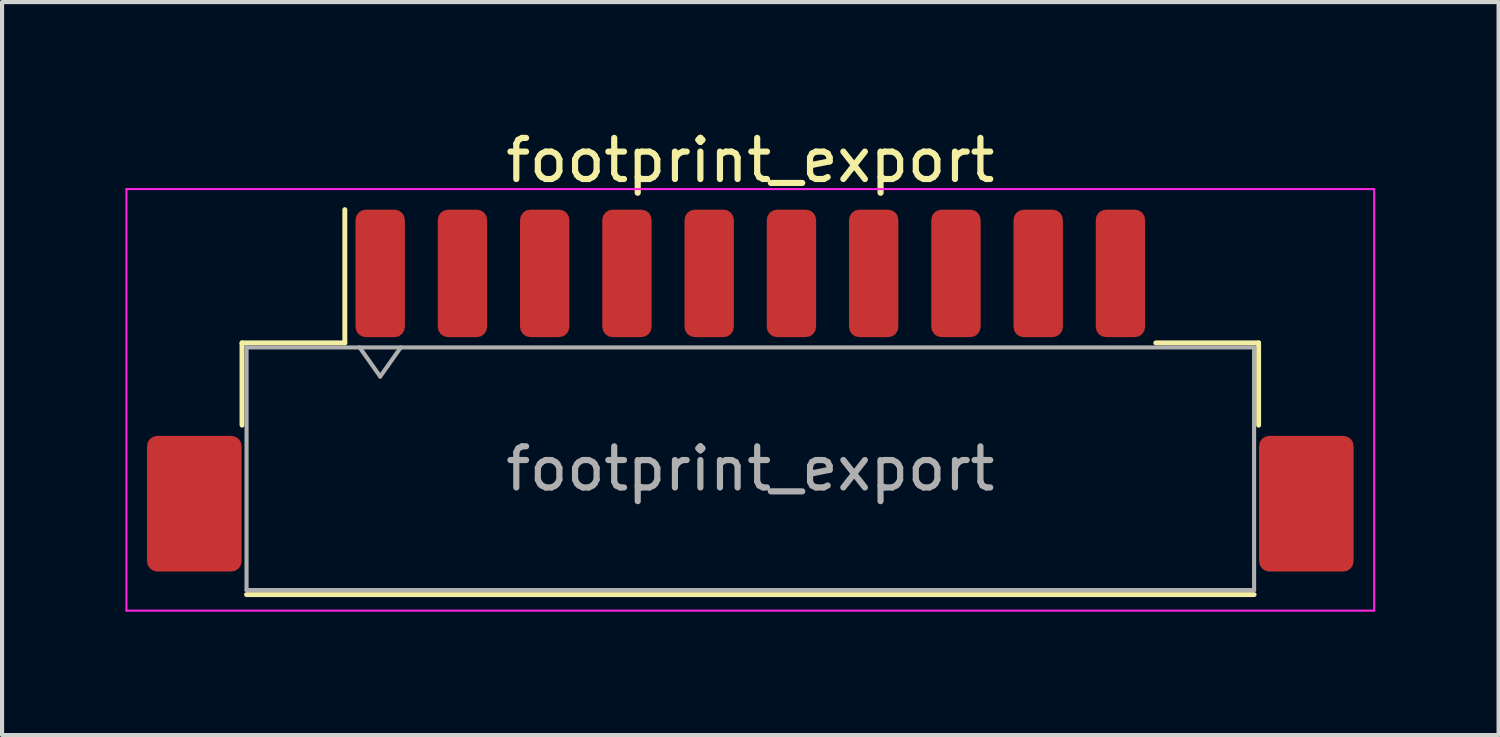
<source format=kicad_pcb>
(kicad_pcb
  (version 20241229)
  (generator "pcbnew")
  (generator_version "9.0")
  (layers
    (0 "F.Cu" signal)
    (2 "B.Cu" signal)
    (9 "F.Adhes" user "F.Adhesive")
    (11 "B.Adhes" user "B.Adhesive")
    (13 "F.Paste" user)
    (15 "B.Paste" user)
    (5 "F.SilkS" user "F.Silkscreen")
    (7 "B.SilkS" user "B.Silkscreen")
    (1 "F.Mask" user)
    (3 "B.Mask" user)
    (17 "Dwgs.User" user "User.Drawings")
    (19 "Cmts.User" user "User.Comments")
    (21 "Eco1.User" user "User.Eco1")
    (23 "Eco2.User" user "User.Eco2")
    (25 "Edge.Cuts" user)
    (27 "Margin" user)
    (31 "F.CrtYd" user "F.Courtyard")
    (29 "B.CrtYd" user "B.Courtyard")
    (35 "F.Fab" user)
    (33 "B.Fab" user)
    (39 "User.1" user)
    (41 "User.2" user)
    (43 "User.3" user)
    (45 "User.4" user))
  (footprint "footprint_export"
    (layer "F.Cu")
    (at 15.195 6.448)
    (property "Reference" "footprint_export" (at 0 -5.6 0) (layer "F.SilkS") (effects (font (size 1 1) (thickness 0.15))))
    (attr smd)
    (fp_line (start -12.36 -1.16) (end -9.86 -1.16) (stroke (width 0.12) (type solid)) (layer "F.SilkS"))
    (fp_line (start -12.36 0.84) (end -12.36 -1.16) (stroke (width 0.12) (type solid)) (layer "F.SilkS"))
    (fp_line (start -12.25 4.96) (end 12.25 4.96) (stroke (width 0.12) (type solid)) (layer "F.SilkS"))
    (fp_line (start -9.86 -1.16) (end -9.86 -4.4) (stroke (width 0.12) (type solid)) (layer "F.SilkS"))
    (fp_line (start 12.36 -1.16) (end 9.86 -1.16) (stroke (width 0.12) (type solid)) (layer "F.SilkS"))
    (fp_line (start 12.36 0.84) (end 12.36 -1.16) (stroke (width 0.12) (type solid)) (layer "F.SilkS"))
    (fp_line (start -15.17 -4.9) (end -15.17 5.35) (stroke (width 0.05) (type solid)) (layer "F.CrtYd"))
    (fp_line (start -15.17 5.35) (end 15.17 5.35) (stroke (width 0.05) (type solid)) (layer "F.CrtYd"))
    (fp_line (start 15.17 -4.9) (end -15.17 -4.9) (stroke (width 0.05) (type solid)) (layer "F.CrtYd"))
    (fp_line (start 15.17 5.35) (end 15.17 -4.9) (stroke (width 0.05) (type solid)) (layer "F.CrtYd"))
    (fp_line (start -12.25 -1.05) (end -12.25 4.85) (stroke (width 0.1) (type solid)) (layer "F.Fab"))
    (fp_line (start -12.25 -1.05) (end 12.25 -1.05) (stroke (width 0.1) (type solid)) (layer "F.Fab"))
    (fp_line (start -12.25 4.85) (end 12.25 4.85) (stroke (width 0.1) (type solid)) (layer "F.Fab"))
    (fp_line (start -9.5 -1.05) (end -9 -0.343) (stroke (width 0.1) (type solid)) (layer "F.Fab"))
    (fp_line (start -9 -0.343) (end -8.5 -1.05) (stroke (width 0.1) (type solid)) (layer "F.Fab"))
    (fp_line (start 12.25 -1.05) (end 12.25 4.85) (stroke (width 0.1) (type solid)) (layer "F.Fab"))
    (fp_text user "${REFERENCE}" (at 0 1.9 0) (layer "F.Fab") (effects (font (size 1 1) (thickness 0.15))))
    (pad "1" smd roundrect (at -9 -2.85) (size 1.2 3.1) (layers "F.Cu" "F.Mask" "F.Paste") (roundrect_rratio 0.208))
    (pad "2" smd roundrect (at -7 -2.85) (size 1.2 3.1) (layers "F.Cu" "F.Mask" "F.Paste") (roundrect_rratio 0.208))
    (pad "3" smd roundrect (at -5 -2.85) (size 1.2 3.1) (layers "F.Cu" "F.Mask" "F.Paste") (roundrect_rratio 0.208))
    (pad "4" smd roundrect (at -3 -2.85) (size 1.2 3.1) (layers "F.Cu" "F.Mask" "F.Paste") (roundrect_rratio 0.208))
    (pad "5" smd roundrect (at -1 -2.85) (size 1.2 3.1) (layers "F.Cu" "F.Mask" "F.Paste") (roundrect_rratio 0.208))
    (pad "6" smd roundrect (at 1 -2.85) (size 1.2 3.1) (layers "F.Cu" "F.Mask" "F.Paste") (roundrect_rratio 0.208))
    (pad "7" smd roundrect (at 3 -2.85) (size 1.2 3.1) (layers "F.Cu" "F.Mask" "F.Paste") (roundrect_rratio 0.208))
    (pad "8" smd roundrect (at 5 -2.85) (size 1.2 3.1) (layers "F.Cu" "F.Mask" "F.Paste") (roundrect_rratio 0.208))
    (pad "9" smd roundrect (at 7 -2.85) (size 1.2 3.1) (layers "F.Cu" "F.Mask" "F.Paste") (roundrect_rratio 0.208))
    (pad "10" smd roundrect (at 9 -2.85) (size 1.2 3.1) (layers "F.Cu" "F.Mask" "F.Paste") (roundrect_rratio 0.208))
    (pad "MP" smd roundrect (at -13.52 2.75) (size 2.3 3.3) (layers "F.Cu" "F.Mask" "F.Paste") (roundrect_rratio 0.109))
    (pad "MP" smd roundrect (at 13.52 2.75) (size 2.3 3.3) (layers "F.Cu" "F.Mask" "F.Paste") (roundrect_rratio 0.109)))
  (gr_rect
    (start -3 -3)
    (end 33.39 14.823)
    (stroke (width 0.1) (type default))
    (fill no)
    (layer "Edge.Cuts")))
</source>
